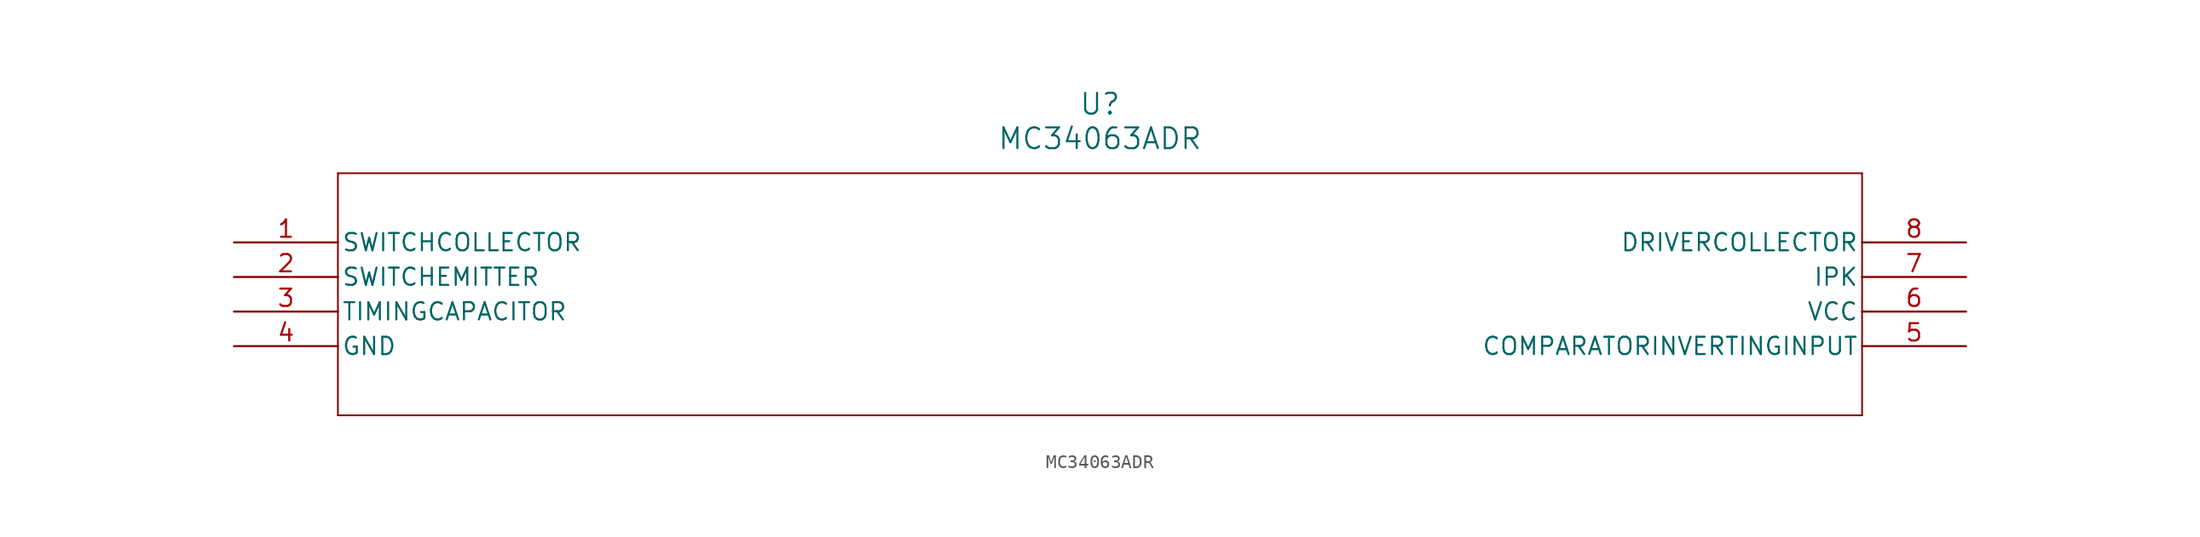
<source format=kicad_sym>
(kicad_symbol_lib
  (version 20211014)
  (generator kicad_symbol_editor)
  (symbol "MC34063ADR"
    (pin_names
      (offset 0.254))
    (property "Reference" "U"
      (at 63.5 10.16 0)
      (effects (font (size 1.524 1.524))))
    (property "Value" "MC34063ADR"
      (at 63.5 7.62 0)
      (effects (font (size 1.524 1.524))))
    (symbol "MC34063ADR_0_1"
      (polyline (pts (xy 7.62 5.08) (xy 7.62 -12.7)) (stroke (width 0.127) (type default) (color 0 0 0 0)) (fill (type none)))
      (polyline (pts (xy 7.62 -12.7) (xy 119.38 -12.7)) (stroke (width 0.127) (type default) (color 0 0 0 0)) (fill (type none)))
      (polyline (pts (xy 119.38 -12.7) (xy 119.38 5.08)) (stroke (width 0.127) (type default) (color 0 0 0 0)) (fill (type none)))
      (polyline (pts (xy 119.38 5.08) (xy 7.62 5.08)) (stroke (width 0.127) (type default) (color 0 0 0 0)) (fill (type none)))
      (pin unspecified line (at 0 0 0) (length 7.62) (name "SWITCHCOLLECTOR" (effects (font (size 1.27 1.27)))) (number "1" (effects (font (size 1.27 1.27)))))
      (pin unspecified line (at 0 -2.54 0) (length 7.62) (name "SWITCHEMITTER" (effects (font (size 1.27 1.27)))) (number "2" (effects (font (size 1.27 1.27)))))
      (pin unspecified line (at 0 -5.08 0) (length 7.62) (name "TIMINGCAPACITOR" (effects (font (size 1.27 1.27)))) (number "3" (effects (font (size 1.27 1.27)))))
      (pin power_in line (at 0 -7.62 0) (length 7.62) (name "GND" (effects (font (size 1.27 1.27)))) (number "4" (effects (font (size 1.27 1.27)))))
      (pin unspecified line (at 127 -7.62 180) (length 7.62) (name "COMPARATORINVERTINGINPUT" (effects (font (size 1.27 1.27)))) (number "5" (effects (font (size 1.27 1.27)))))
      (pin power_in line (at 127 -5.08 180) (length 7.62) (name "VCC" (effects (font (size 1.27 1.27)))) (number "6" (effects (font (size 1.27 1.27)))))
      (pin unspecified line (at 127 -2.54 180) (length 7.62) (name "IPK" (effects (font (size 1.27 1.27)))) (number "7" (effects (font (size 1.27 1.27)))))
      (pin unspecified line (at 127 0 180) (length 7.62) (name "DRIVERCOLLECTOR" (effects (font (size 1.27 1.27)))) (number "8" (effects (font (size 1.27 1.27))))))))
</source>
